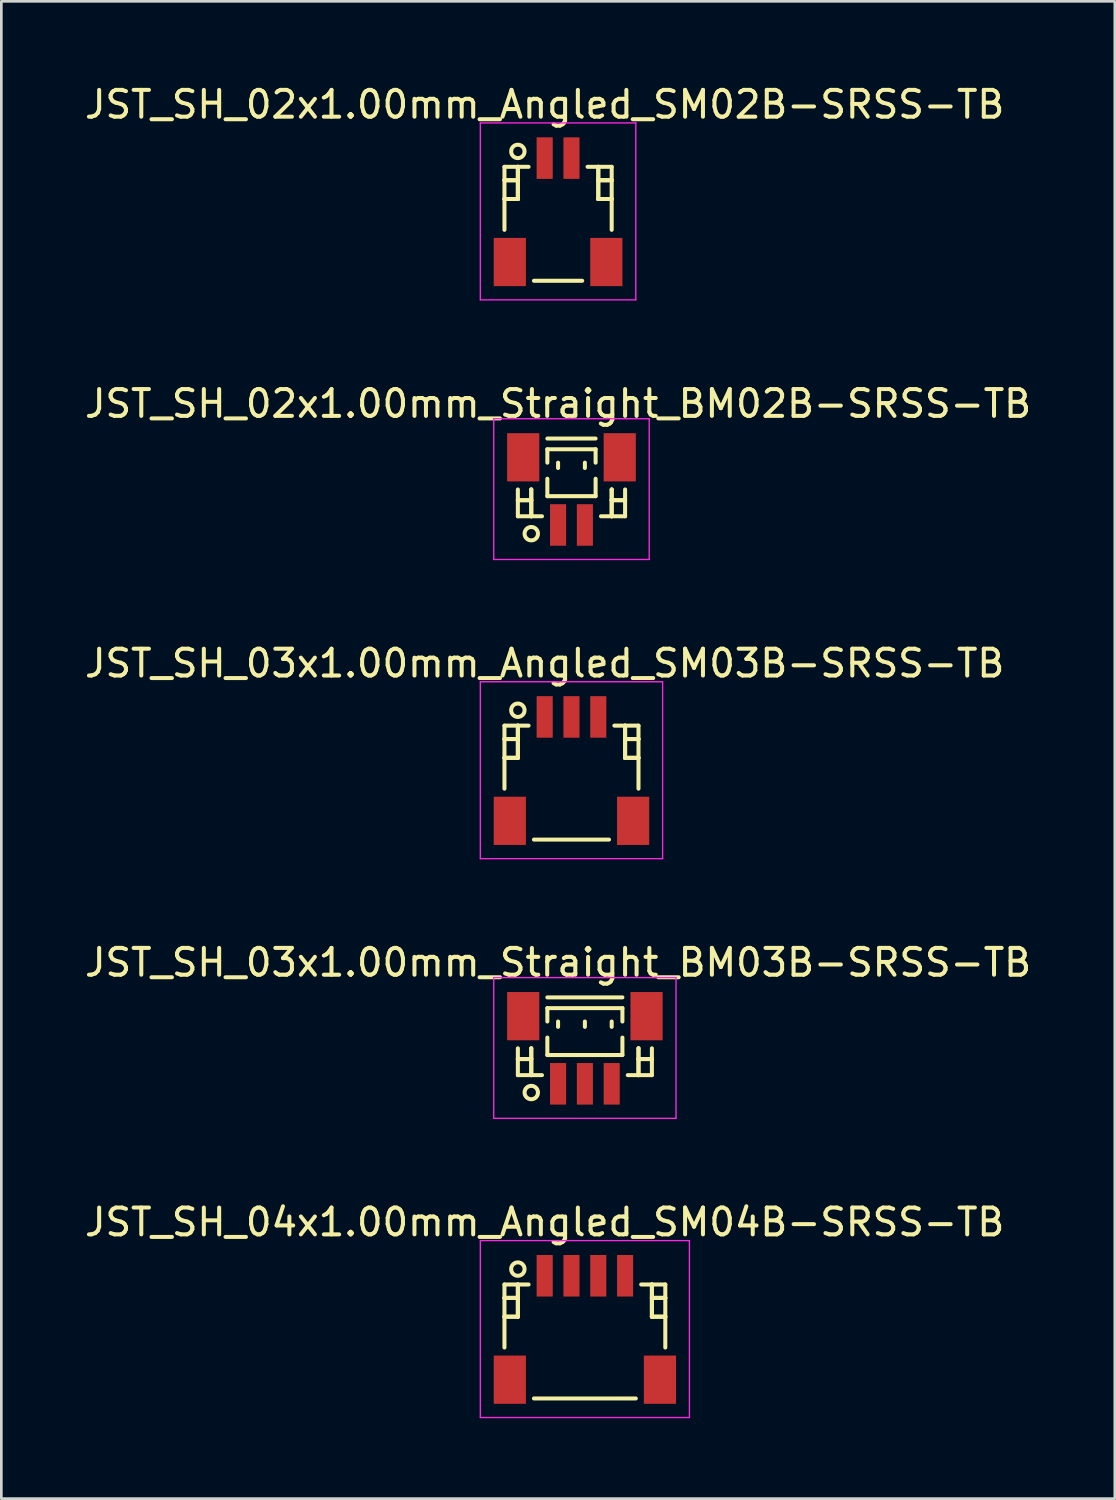
<source format=kicad_pcb>
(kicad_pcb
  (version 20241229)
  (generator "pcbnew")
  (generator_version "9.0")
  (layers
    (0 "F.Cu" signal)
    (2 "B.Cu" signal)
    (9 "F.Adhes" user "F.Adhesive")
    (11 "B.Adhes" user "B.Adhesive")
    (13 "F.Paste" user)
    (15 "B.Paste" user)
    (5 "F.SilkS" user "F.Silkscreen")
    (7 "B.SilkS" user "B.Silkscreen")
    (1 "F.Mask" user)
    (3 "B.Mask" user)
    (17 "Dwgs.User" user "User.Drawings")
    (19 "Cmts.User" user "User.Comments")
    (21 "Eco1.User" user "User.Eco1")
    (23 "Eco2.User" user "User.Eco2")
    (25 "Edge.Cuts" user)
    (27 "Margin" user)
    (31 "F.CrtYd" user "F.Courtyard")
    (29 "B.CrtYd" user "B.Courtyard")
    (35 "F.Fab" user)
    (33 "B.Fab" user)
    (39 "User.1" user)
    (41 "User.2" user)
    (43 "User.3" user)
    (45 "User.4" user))
  (footprint "JST_SH_02x1.00mm_Straight_BM02B-SRSS-TB"
    (layer "F.Cu")
    (at 18.268 15.271)
    (property "Reference" "JST_SH_02x1.00mm_Straight_BM02B-SRSS-TB" (at -0.5 -3.263 0) (layer "F.SilkS") (effects (font (size 1 1) (thickness 0.15))))
    (attr smd)
    (fp_line (start -2 -0.062) (end -2 0.938) (stroke (width 0.15) (type solid)) (layer "F.SilkS"))
    (fp_line (start -2 0.338) (end -2 0.338) (stroke (width 0.15) (type solid)) (layer "F.SilkS"))
    (fp_line (start -2 0.338) (end -1.5 0.338) (stroke (width 0.15) (type solid)) (layer "F.SilkS"))
    (fp_line (start -2 0.938) (end -1.1 0.938) (stroke (width 0.15) (type solid)) (layer "F.SilkS"))
    (fp_line (start -1.5 -0.062) (end -1.5 -0.062) (stroke (width 0.15) (type solid)) (layer "F.SilkS"))
    (fp_line (start -1.5 -0.062) (end -1.5 0.938) (stroke (width 0.15) (type solid)) (layer "F.SilkS"))
    (fp_line (start -1.5 0.338) (end -2 0.338) (stroke (width 0.15) (type solid)) (layer "F.SilkS"))
    (fp_line (start -1.5 0.338) (end -1.5 0.338) (stroke (width 0.15) (type solid)) (layer "F.SilkS"))
    (fp_line (start -1.5 0.938) (end -1.5 -0.062) (stroke (width 0.15) (type solid)) (layer "F.SilkS"))
    (fp_line (start -1.5 0.938) (end -1.5 0.938) (stroke (width 0.15) (type solid)) (layer "F.SilkS"))
    (fp_line (start -0.9 -1.962) (end 0.9 -1.962) (stroke (width 0.15) (type solid)) (layer "F.SilkS"))
    (fp_line (start -0.9 -1.562) (end 0.9 -1.562) (stroke (width 0.15) (type solid)) (layer "F.SilkS"))
    (fp_line (start -0.9 -1.062) (end -0.9 -1.562) (stroke (width 0.15) (type solid)) (layer "F.SilkS"))
    (fp_line (start -0.9 -0.463) (end -0.9 0.188) (stroke (width 0.15) (type solid)) (layer "F.SilkS"))
    (fp_line (start -0.9 0.188) (end 0.9 0.188) (stroke (width 0.15) (type solid)) (layer "F.SilkS"))
    (fp_line (start -0.5 -1.062) (end -0.5 -0.863) (stroke (width 0.15) (type solid)) (layer "F.SilkS"))
    (fp_line (start 0.5 -1.062) (end 0.5 -0.863) (stroke (width 0.15) (type solid)) (layer "F.SilkS"))
    (fp_line (start 0.9 -1.562) (end 0.9 -1.062) (stroke (width 0.15) (type solid)) (layer "F.SilkS"))
    (fp_line (start 0.9 0.188) (end 0.9 -0.463) (stroke (width 0.15) (type solid)) (layer "F.SilkS"))
    (fp_line (start 1.5 -0.062) (end 1.5 -0.062) (stroke (width 0.15) (type solid)) (layer "F.SilkS"))
    (fp_line (start 1.5 -0.062) (end 1.5 0.938) (stroke (width 0.15) (type solid)) (layer "F.SilkS"))
    (fp_line (start 1.5 0.338) (end 1.5 0.338) (stroke (width 0.15) (type solid)) (layer "F.SilkS"))
    (fp_line (start 1.5 0.338) (end 2 0.338) (stroke (width 0.15) (type solid)) (layer "F.SilkS"))
    (fp_line (start 1.5 0.938) (end 1.5 -0.062) (stroke (width 0.15) (type solid)) (layer "F.SilkS"))
    (fp_line (start 1.5 0.938) (end 1.5 0.938) (stroke (width 0.15) (type solid)) (layer "F.SilkS"))
    (fp_line (start 2 -0.062) (end 2 0.938) (stroke (width 0.15) (type solid)) (layer "F.SilkS"))
    (fp_line (start 2 0.338) (end 1.5 0.338) (stroke (width 0.15) (type solid)) (layer "F.SilkS"))
    (fp_line (start 2 0.338) (end 2 0.338) (stroke (width 0.15) (type solid)) (layer "F.SilkS"))
    (fp_line (start 2 0.938) (end 1.1 0.938) (stroke (width 0.15) (type solid)) (layer "F.SilkS"))
    (fp_circle (center -1.5 1.587) (end -1.25 1.587) (stroke (width 0.15) (type solid)) (fill no) (layer "F.SilkS"))
    (fp_line (start -2.9 -2.7) (end 2.9 -2.7) (stroke (width 0.05) (type solid)) (layer "F.CrtYd"))
    (fp_line (start -2.9 2.55) (end -2.9 -2.7) (stroke (width 0.05) (type solid)) (layer "F.CrtYd"))
    (fp_line (start 2.9 -2.7) (end 2.9 2.55) (stroke (width 0.05) (type solid)) (layer "F.CrtYd"))
    (fp_line (start 2.9 2.55) (end -2.9 2.55) (stroke (width 0.05) (type solid)) (layer "F.CrtYd"))
    (pad "" smd rect (at -1.8 -1.262) (size 1.2 1.8) (layers "F.Cu" "F.Mask" "F.Paste"))
    (pad "" smd rect (at 1.8 -1.262) (size 1.2 1.8) (layers "F.Cu" "F.Mask" "F.Paste"))
    (pad "1" smd rect (at -0.5 1.262) (size 0.6 1.55) (layers "F.Cu" "F.Mask" "F.Paste"))
    (pad "2" smd rect (at 0.5 1.262) (size 0.6 1.55) (layers "F.Cu" "F.Mask" "F.Paste")))
  (footprint "JST_SH_02x1.00mm_Angled_SM02B-SRSS-TB"
    (layer "F.Cu")
    (at 17.768 4.786)
    (property "Reference" "JST_SH_02x1.00mm_Angled_SM02B-SRSS-TB" (at -0.5 -3.938 0) (layer "F.SilkS") (effects (font (size 1 1) (thickness 0.15))))
    (attr smd)
    (fp_line (start -2 -1.613) (end -1.1 -1.613) (stroke (width 0.15) (type solid)) (layer "F.SilkS"))
    (fp_line (start -2 -1.113) (end -2 -1.113) (stroke (width 0.15) (type solid)) (layer "F.SilkS"))
    (fp_line (start -2 -1.113) (end -1.5 -1.113) (stroke (width 0.15) (type solid)) (layer "F.SilkS"))
    (fp_line (start -2 -0.412) (end -2 -0.412) (stroke (width 0.15) (type solid)) (layer "F.SilkS"))
    (fp_line (start -2 -0.412) (end -1.5 -0.412) (stroke (width 0.15) (type solid)) (layer "F.SilkS"))
    (fp_line (start -2 0.738) (end -2 -1.613) (stroke (width 0.15) (type solid)) (layer "F.SilkS"))
    (fp_line (start -1.5 -1.613) (end -1.5 -1.613) (stroke (width 0.15) (type solid)) (layer "F.SilkS"))
    (fp_line (start -1.5 -1.613) (end -1.5 -0.412) (stroke (width 0.15) (type solid)) (layer "F.SilkS"))
    (fp_line (start -1.5 -1.113) (end -2 -1.113) (stroke (width 0.15) (type solid)) (layer "F.SilkS"))
    (fp_line (start -1.5 -1.113) (end -1.5 -1.113) (stroke (width 0.15) (type solid)) (layer "F.SilkS"))
    (fp_line (start -1.5 -0.412) (end -2 -0.412) (stroke (width 0.15) (type solid)) (layer "F.SilkS"))
    (fp_line (start -1.5 -0.412) (end -1.5 -1.613) (stroke (width 0.15) (type solid)) (layer "F.SilkS"))
    (fp_line (start -1.5 -0.412) (end -1.5 -0.412) (stroke (width 0.15) (type solid)) (layer "F.SilkS"))
    (fp_line (start -1.5 -0.412) (end -1.5 -0.412) (stroke (width 0.15) (type solid)) (layer "F.SilkS"))
    (fp_line (start -0.9 2.638) (end 0.9 2.638) (stroke (width 0.15) (type solid)) (layer "F.SilkS"))
    (fp_line (start 1.5 -1.613) (end 1.5 -1.613) (stroke (width 0.15) (type solid)) (layer "F.SilkS"))
    (fp_line (start 1.5 -1.613) (end 1.5 -0.412) (stroke (width 0.15) (type solid)) (layer "F.SilkS"))
    (fp_line (start 1.5 -1.113) (end 1.5 -1.113) (stroke (width 0.15) (type solid)) (layer "F.SilkS"))
    (fp_line (start 1.5 -1.113) (end 2 -1.113) (stroke (width 0.15) (type solid)) (layer "F.SilkS"))
    (fp_line (start 1.5 -0.412) (end 1.5 -1.613) (stroke (width 0.15) (type solid)) (layer "F.SilkS"))
    (fp_line (start 1.5 -0.412) (end 1.5 -0.412) (stroke (width 0.15) (type solid)) (layer "F.SilkS"))
    (fp_line (start 1.5 -0.412) (end 1.5 -0.412) (stroke (width 0.15) (type solid)) (layer "F.SilkS"))
    (fp_line (start 1.5 -0.412) (end 2 -0.412) (stroke (width 0.15) (type solid)) (layer "F.SilkS"))
    (fp_line (start 2 -1.613) (end 1.1 -1.613) (stroke (width 0.15) (type solid)) (layer "F.SilkS"))
    (fp_line (start 2 -1.113) (end 1.5 -1.113) (stroke (width 0.15) (type solid)) (layer "F.SilkS"))
    (fp_line (start 2 -1.113) (end 2 -1.113) (stroke (width 0.15) (type solid)) (layer "F.SilkS"))
    (fp_line (start 2 -0.412) (end 1.5 -0.412) (stroke (width 0.15) (type solid)) (layer "F.SilkS"))
    (fp_line (start 2 -0.412) (end 2 -0.412) (stroke (width 0.15) (type solid)) (layer "F.SilkS"))
    (fp_line (start 2 0.738) (end 2 -1.613) (stroke (width 0.15) (type solid)) (layer "F.SilkS"))
    (fp_circle (center -1.5 -2.188) (end -1.25 -2.188) (stroke (width 0.15) (type solid)) (fill no) (layer "F.SilkS"))
    (fp_line (start -2.9 -3.25) (end 2.9 -3.25) (stroke (width 0.05) (type solid)) (layer "F.CrtYd"))
    (fp_line (start -2.9 3.35) (end -2.9 -3.25) (stroke (width 0.05) (type solid)) (layer "F.CrtYd"))
    (fp_line (start 2.9 -3.25) (end 2.9 3.35) (stroke (width 0.05) (type solid)) (layer "F.CrtYd"))
    (fp_line (start 2.9 3.35) (end -2.9 3.35) (stroke (width 0.05) (type solid)) (layer "F.CrtYd"))
    (pad "" smd rect (at -1.8 1.938) (size 1.2 1.8) (layers "F.Cu" "F.Mask" "F.Paste"))
    (pad "" smd rect (at 1.8 1.938) (size 1.2 1.8) (layers "F.Cu" "F.Mask" "F.Paste"))
    (pad "1" smd rect (at -0.5 -1.938) (size 0.6 1.55) (layers "F.Cu" "F.Mask" "F.Paste"))
    (pad "2" smd rect (at 0.5 -1.938) (size 0.6 1.55) (layers "F.Cu" "F.Mask" "F.Paste")))
  (footprint "JST_SH_04x1.00mm_Angled_SM04B-SRSS-TB"
    (layer "F.Cu")
    (at 18.768 46.479)
    (property "Reference" "JST_SH_04x1.00mm_Angled_SM04B-SRSS-TB" (at -1.5 -3.938 0) (layer "F.SilkS") (effects (font (size 1 1) (thickness 0.15))))
    (attr smd)
    (fp_line (start -3 -1.613) (end -2.1 -1.613) (stroke (width 0.15) (type solid)) (layer "F.SilkS"))
    (fp_line (start -3 -1.113) (end -3 -1.113) (stroke (width 0.15) (type solid)) (layer "F.SilkS"))
    (fp_line (start -3 -1.113) (end -2.5 -1.113) (stroke (width 0.15) (type solid)) (layer "F.SilkS"))
    (fp_line (start -3 -0.412) (end -3 -0.412) (stroke (width 0.15) (type solid)) (layer "F.SilkS"))
    (fp_line (start -3 -0.412) (end -2.5 -0.412) (stroke (width 0.15) (type solid)) (layer "F.SilkS"))
    (fp_line (start -3 0.738) (end -3 -1.613) (stroke (width 0.15) (type solid)) (layer "F.SilkS"))
    (fp_line (start -2.5 -1.613) (end -2.5 -1.613) (stroke (width 0.15) (type solid)) (layer "F.SilkS"))
    (fp_line (start -2.5 -1.613) (end -2.5 -0.412) (stroke (width 0.15) (type solid)) (layer "F.SilkS"))
    (fp_line (start -2.5 -1.113) (end -3 -1.113) (stroke (width 0.15) (type solid)) (layer "F.SilkS"))
    (fp_line (start -2.5 -1.113) (end -2.5 -1.113) (stroke (width 0.15) (type solid)) (layer "F.SilkS"))
    (fp_line (start -2.5 -0.412) (end -3 -0.412) (stroke (width 0.15) (type solid)) (layer "F.SilkS"))
    (fp_line (start -2.5 -0.412) (end -2.5 -1.613) (stroke (width 0.15) (type solid)) (layer "F.SilkS"))
    (fp_line (start -2.5 -0.412) (end -2.5 -0.412) (stroke (width 0.15) (type solid)) (layer "F.SilkS"))
    (fp_line (start -2.5 -0.412) (end -2.5 -0.412) (stroke (width 0.15) (type solid)) (layer "F.SilkS"))
    (fp_line (start -1.9 2.638) (end 1.9 2.638) (stroke (width 0.15) (type solid)) (layer "F.SilkS"))
    (fp_line (start 2.5 -1.613) (end 2.5 -1.613) (stroke (width 0.15) (type solid)) (layer "F.SilkS"))
    (fp_line (start 2.5 -1.613) (end 2.5 -0.412) (stroke (width 0.15) (type solid)) (layer "F.SilkS"))
    (fp_line (start 2.5 -1.113) (end 2.5 -1.113) (stroke (width 0.15) (type solid)) (layer "F.SilkS"))
    (fp_line (start 2.5 -1.113) (end 3 -1.113) (stroke (width 0.15) (type solid)) (layer "F.SilkS"))
    (fp_line (start 2.5 -0.412) (end 2.5 -1.613) (stroke (width 0.15) (type solid)) (layer "F.SilkS"))
    (fp_line (start 2.5 -0.412) (end 2.5 -0.412) (stroke (width 0.15) (type solid)) (layer "F.SilkS"))
    (fp_line (start 2.5 -0.412) (end 2.5 -0.412) (stroke (width 0.15) (type solid)) (layer "F.SilkS"))
    (fp_line (start 2.5 -0.412) (end 3 -0.412) (stroke (width 0.15) (type solid)) (layer "F.SilkS"))
    (fp_line (start 3 -1.613) (end 2.1 -1.613) (stroke (width 0.15) (type solid)) (layer "F.SilkS"))
    (fp_line (start 3 -1.113) (end 2.5 -1.113) (stroke (width 0.15) (type solid)) (layer "F.SilkS"))
    (fp_line (start 3 -1.113) (end 3 -1.113) (stroke (width 0.15) (type solid)) (layer "F.SilkS"))
    (fp_line (start 3 -0.412) (end 2.5 -0.412) (stroke (width 0.15) (type solid)) (layer "F.SilkS"))
    (fp_line (start 3 -0.412) (end 3 -0.412) (stroke (width 0.15) (type solid)) (layer "F.SilkS"))
    (fp_line (start 3 0.738) (end 3 -1.613) (stroke (width 0.15) (type solid)) (layer "F.SilkS"))
    (fp_circle (center -2.5 -2.188) (end -2.25 -2.188) (stroke (width 0.15) (type solid)) (fill no) (layer "F.SilkS"))
    (fp_line (start -3.9 -3.25) (end 3.9 -3.25) (stroke (width 0.05) (type solid)) (layer "F.CrtYd"))
    (fp_line (start -3.9 3.35) (end -3.9 -3.25) (stroke (width 0.05) (type solid)) (layer "F.CrtYd"))
    (fp_line (start 3.9 -3.25) (end 3.9 3.35) (stroke (width 0.05) (type solid)) (layer "F.CrtYd"))
    (fp_line (start 3.9 3.35) (end -3.9 3.35) (stroke (width 0.05) (type solid)) (layer "F.CrtYd"))
    (pad "" smd rect (at -2.8 1.938) (size 1.2 1.8) (layers "F.Cu" "F.Mask" "F.Paste"))
    (pad "" smd rect (at 2.8 1.938) (size 1.2 1.8) (layers "F.Cu" "F.Mask" "F.Paste"))
    (pad "1" smd rect (at -1.5 -1.938) (size 0.6 1.55) (layers "F.Cu" "F.Mask" "F.Paste"))
    (pad "2" smd rect (at -0.5 -1.938) (size 0.6 1.55) (layers "F.Cu" "F.Mask" "F.Paste"))
    (pad "3" smd rect (at 0.5 -1.938) (size 0.6 1.55) (layers "F.Cu" "F.Mask" "F.Paste"))
    (pad "4" smd rect (at 1.5 -1.938) (size 0.6 1.55) (layers "F.Cu" "F.Mask" "F.Paste")))
  (footprint "JST_SH_03x1.00mm_Angled_SM03B-SRSS-TB"
    (layer "F.Cu")
    (at 18.268 25.632)
    (property "Reference" "JST_SH_03x1.00mm_Angled_SM03B-SRSS-TB" (at -1 -3.938 0) (layer "F.SilkS") (effects (font (size 1 1) (thickness 0.15))))
    (attr smd)
    (fp_line (start -2.5 -1.613) (end -1.6 -1.613) (stroke (width 0.15) (type solid)) (layer "F.SilkS"))
    (fp_line (start -2.5 -1.113) (end -2.5 -1.113) (stroke (width 0.15) (type solid)) (layer "F.SilkS"))
    (fp_line (start -2.5 -1.113) (end -2 -1.113) (stroke (width 0.15) (type solid)) (layer "F.SilkS"))
    (fp_line (start -2.5 -0.412) (end -2.5 -0.412) (stroke (width 0.15) (type solid)) (layer "F.SilkS"))
    (fp_line (start -2.5 -0.412) (end -2 -0.412) (stroke (width 0.15) (type solid)) (layer "F.SilkS"))
    (fp_line (start -2.5 0.738) (end -2.5 -1.613) (stroke (width 0.15) (type solid)) (layer "F.SilkS"))
    (fp_line (start -2 -1.613) (end -2 -1.613) (stroke (width 0.15) (type solid)) (layer "F.SilkS"))
    (fp_line (start -2 -1.613) (end -2 -0.412) (stroke (width 0.15) (type solid)) (layer "F.SilkS"))
    (fp_line (start -2 -1.113) (end -2.5 -1.113) (stroke (width 0.15) (type solid)) (layer "F.SilkS"))
    (fp_line (start -2 -1.113) (end -2 -1.113) (stroke (width 0.15) (type solid)) (layer "F.SilkS"))
    (fp_line (start -2 -0.412) (end -2.5 -0.412) (stroke (width 0.15) (type solid)) (layer "F.SilkS"))
    (fp_line (start -2 -0.412) (end -2 -1.613) (stroke (width 0.15) (type solid)) (layer "F.SilkS"))
    (fp_line (start -2 -0.412) (end -2 -0.412) (stroke (width 0.15) (type solid)) (layer "F.SilkS"))
    (fp_line (start -2 -0.412) (end -2 -0.412) (stroke (width 0.15) (type solid)) (layer "F.SilkS"))
    (fp_line (start -1.4 2.638) (end 1.4 2.638) (stroke (width 0.15) (type solid)) (layer "F.SilkS"))
    (fp_line (start 2 -1.613) (end 2 -1.613) (stroke (width 0.15) (type solid)) (layer "F.SilkS"))
    (fp_line (start 2 -1.613) (end 2 -0.412) (stroke (width 0.15) (type solid)) (layer "F.SilkS"))
    (fp_line (start 2 -1.113) (end 2 -1.113) (stroke (width 0.15) (type solid)) (layer "F.SilkS"))
    (fp_line (start 2 -1.113) (end 2.5 -1.113) (stroke (width 0.15) (type solid)) (layer "F.SilkS"))
    (fp_line (start 2 -0.412) (end 2 -1.613) (stroke (width 0.15) (type solid)) (layer "F.SilkS"))
    (fp_line (start 2 -0.412) (end 2 -0.412) (stroke (width 0.15) (type solid)) (layer "F.SilkS"))
    (fp_line (start 2 -0.412) (end 2 -0.412) (stroke (width 0.15) (type solid)) (layer "F.SilkS"))
    (fp_line (start 2 -0.412) (end 2.5 -0.412) (stroke (width 0.15) (type solid)) (layer "F.SilkS"))
    (fp_line (start 2.5 -1.613) (end 1.6 -1.613) (stroke (width 0.15) (type solid)) (layer "F.SilkS"))
    (fp_line (start 2.5 -1.113) (end 2 -1.113) (stroke (width 0.15) (type solid)) (layer "F.SilkS"))
    (fp_line (start 2.5 -1.113) (end 2.5 -1.113) (stroke (width 0.15) (type solid)) (layer "F.SilkS"))
    (fp_line (start 2.5 -0.412) (end 2 -0.412) (stroke (width 0.15) (type solid)) (layer "F.SilkS"))
    (fp_line (start 2.5 -0.412) (end 2.5 -0.412) (stroke (width 0.15) (type solid)) (layer "F.SilkS"))
    (fp_line (start 2.5 0.738) (end 2.5 -1.613) (stroke (width 0.15) (type solid)) (layer "F.SilkS"))
    (fp_circle (center -2 -2.188) (end -1.75 -2.188) (stroke (width 0.15) (type solid)) (fill no) (layer "F.SilkS"))
    (fp_line (start -3.4 -3.25) (end 3.4 -3.25) (stroke (width 0.05) (type solid)) (layer "F.CrtYd"))
    (fp_line (start -3.4 3.35) (end -3.4 -3.25) (stroke (width 0.05) (type solid)) (layer "F.CrtYd"))
    (fp_line (start 3.4 -3.25) (end 3.4 3.35) (stroke (width 0.05) (type solid)) (layer "F.CrtYd"))
    (fp_line (start 3.4 3.35) (end -3.4 3.35) (stroke (width 0.05) (type solid)) (layer "F.CrtYd"))
    (pad "" smd rect (at -2.3 1.938) (size 1.2 1.8) (layers "F.Cu" "F.Mask" "F.Paste"))
    (pad "" smd rect (at 2.3 1.938) (size 1.2 1.8) (layers "F.Cu" "F.Mask" "F.Paste"))
    (pad "1" smd rect (at -1 -1.938) (size 0.6 1.55) (layers "F.Cu" "F.Mask" "F.Paste"))
    (pad "2" smd rect (at 0 -1.938) (size 0.6 1.55) (layers "F.Cu" "F.Mask" "F.Paste"))
    (pad "3" smd rect (at 1 -1.938) (size 0.6 1.55) (layers "F.Cu" "F.Mask" "F.Paste")))
  (footprint "JST_SH_03x1.00mm_Straight_BM03B-SRSS-TB"
    (layer "F.Cu")
    (at 18.768 36.118)
    (property "Reference" "JST_SH_03x1.00mm_Straight_BM03B-SRSS-TB" (at -1 -3.263 0) (layer "F.SilkS") (effects (font (size 1 1) (thickness 0.15))))
    (attr smd)
    (fp_line (start -2.5 -0.062) (end -2.5 0.938) (stroke (width 0.15) (type solid)) (layer "F.SilkS"))
    (fp_line (start -2.5 0.338) (end -2.5 0.338) (stroke (width 0.15) (type solid)) (layer "F.SilkS"))
    (fp_line (start -2.5 0.338) (end -2 0.338) (stroke (width 0.15) (type solid)) (layer "F.SilkS"))
    (fp_line (start -2.5 0.938) (end -1.6 0.938) (stroke (width 0.15) (type solid)) (layer "F.SilkS"))
    (fp_line (start -2 -0.062) (end -2 -0.062) (stroke (width 0.15) (type solid)) (layer "F.SilkS"))
    (fp_line (start -2 -0.062) (end -2 0.938) (stroke (width 0.15) (type solid)) (layer "F.SilkS"))
    (fp_line (start -2 0.338) (end -2.5 0.338) (stroke (width 0.15) (type solid)) (layer "F.SilkS"))
    (fp_line (start -2 0.338) (end -2 0.338) (stroke (width 0.15) (type solid)) (layer "F.SilkS"))
    (fp_line (start -2 0.938) (end -2 -0.062) (stroke (width 0.15) (type solid)) (layer "F.SilkS"))
    (fp_line (start -2 0.938) (end -2 0.938) (stroke (width 0.15) (type solid)) (layer "F.SilkS"))
    (fp_line (start -1.4 -1.962) (end 1.4 -1.962) (stroke (width 0.15) (type solid)) (layer "F.SilkS"))
    (fp_line (start -1.4 -1.562) (end 1.4 -1.562) (stroke (width 0.15) (type solid)) (layer "F.SilkS"))
    (fp_line (start -1.4 -1.062) (end -1.4 -1.562) (stroke (width 0.15) (type solid)) (layer "F.SilkS"))
    (fp_line (start -1.4 -0.463) (end -1.4 0.188) (stroke (width 0.15) (type solid)) (layer "F.SilkS"))
    (fp_line (start -1.4 0.188) (end 1.4 0.188) (stroke (width 0.15) (type solid)) (layer "F.SilkS"))
    (fp_line (start -1 -1.062) (end -1 -0.863) (stroke (width 0.15) (type solid)) (layer "F.SilkS"))
    (fp_line (start 0 -1.062) (end 0 -0.863) (stroke (width 0.15) (type solid)) (layer "F.SilkS"))
    (fp_line (start 1 -1.062) (end 1 -0.863) (stroke (width 0.15) (type solid)) (layer "F.SilkS"))
    (fp_line (start 1.4 -1.562) (end 1.4 -1.062) (stroke (width 0.15) (type solid)) (layer "F.SilkS"))
    (fp_line (start 1.4 0.188) (end 1.4 -0.463) (stroke (width 0.15) (type solid)) (layer "F.SilkS"))
    (fp_line (start 2 -0.062) (end 2 -0.062) (stroke (width 0.15) (type solid)) (layer "F.SilkS"))
    (fp_line (start 2 -0.062) (end 2 0.938) (stroke (width 0.15) (type solid)) (layer "F.SilkS"))
    (fp_line (start 2 0.338) (end 2 0.338) (stroke (width 0.15) (type solid)) (layer "F.SilkS"))
    (fp_line (start 2 0.338) (end 2.5 0.338) (stroke (width 0.15) (type solid)) (layer "F.SilkS"))
    (fp_line (start 2 0.938) (end 2 -0.062) (stroke (width 0.15) (type solid)) (layer "F.SilkS"))
    (fp_line (start 2 0.938) (end 2 0.938) (stroke (width 0.15) (type solid)) (layer "F.SilkS"))
    (fp_line (start 2.5 -0.062) (end 2.5 0.938) (stroke (width 0.15) (type solid)) (layer "F.SilkS"))
    (fp_line (start 2.5 0.338) (end 2 0.338) (stroke (width 0.15) (type solid)) (layer "F.SilkS"))
    (fp_line (start 2.5 0.338) (end 2.5 0.338) (stroke (width 0.15) (type solid)) (layer "F.SilkS"))
    (fp_line (start 2.5 0.938) (end 1.6 0.938) (stroke (width 0.15) (type solid)) (layer "F.SilkS"))
    (fp_circle (center -2 1.587) (end -1.75 1.587) (stroke (width 0.15) (type solid)) (fill no) (layer "F.SilkS"))
    (fp_line (start -3.4 -2.7) (end 3.4 -2.7) (stroke (width 0.05) (type solid)) (layer "F.CrtYd"))
    (fp_line (start -3.4 2.55) (end -3.4 -2.7) (stroke (width 0.05) (type solid)) (layer "F.CrtYd"))
    (fp_line (start 3.4 -2.7) (end 3.4 2.55) (stroke (width 0.05) (type solid)) (layer "F.CrtYd"))
    (fp_line (start 3.4 2.55) (end -3.4 2.55) (stroke (width 0.05) (type solid)) (layer "F.CrtYd"))
    (pad "" smd rect (at -2.3 -1.262) (size 1.2 1.8) (layers "F.Cu" "F.Mask" "F.Paste"))
    (pad "" smd rect (at 2.3 -1.262) (size 1.2 1.8) (layers "F.Cu" "F.Mask" "F.Paste"))
    (pad "1" smd rect (at -1 1.262) (size 0.6 1.55) (layers "F.Cu" "F.Mask" "F.Paste"))
    (pad "2" smd rect (at 0 1.262) (size 0.6 1.55) (layers "F.Cu" "F.Mask" "F.Paste"))
    (pad "3" smd rect (at 1 1.262) (size 0.6 1.55) (layers "F.Cu" "F.Mask" "F.Paste")))
  (gr_rect
    (start -3 -3)
    (end 38.536 52.854)
    (stroke (width 0.1) (type default))
    (fill no)
    (layer "Edge.Cuts")))
</source>
